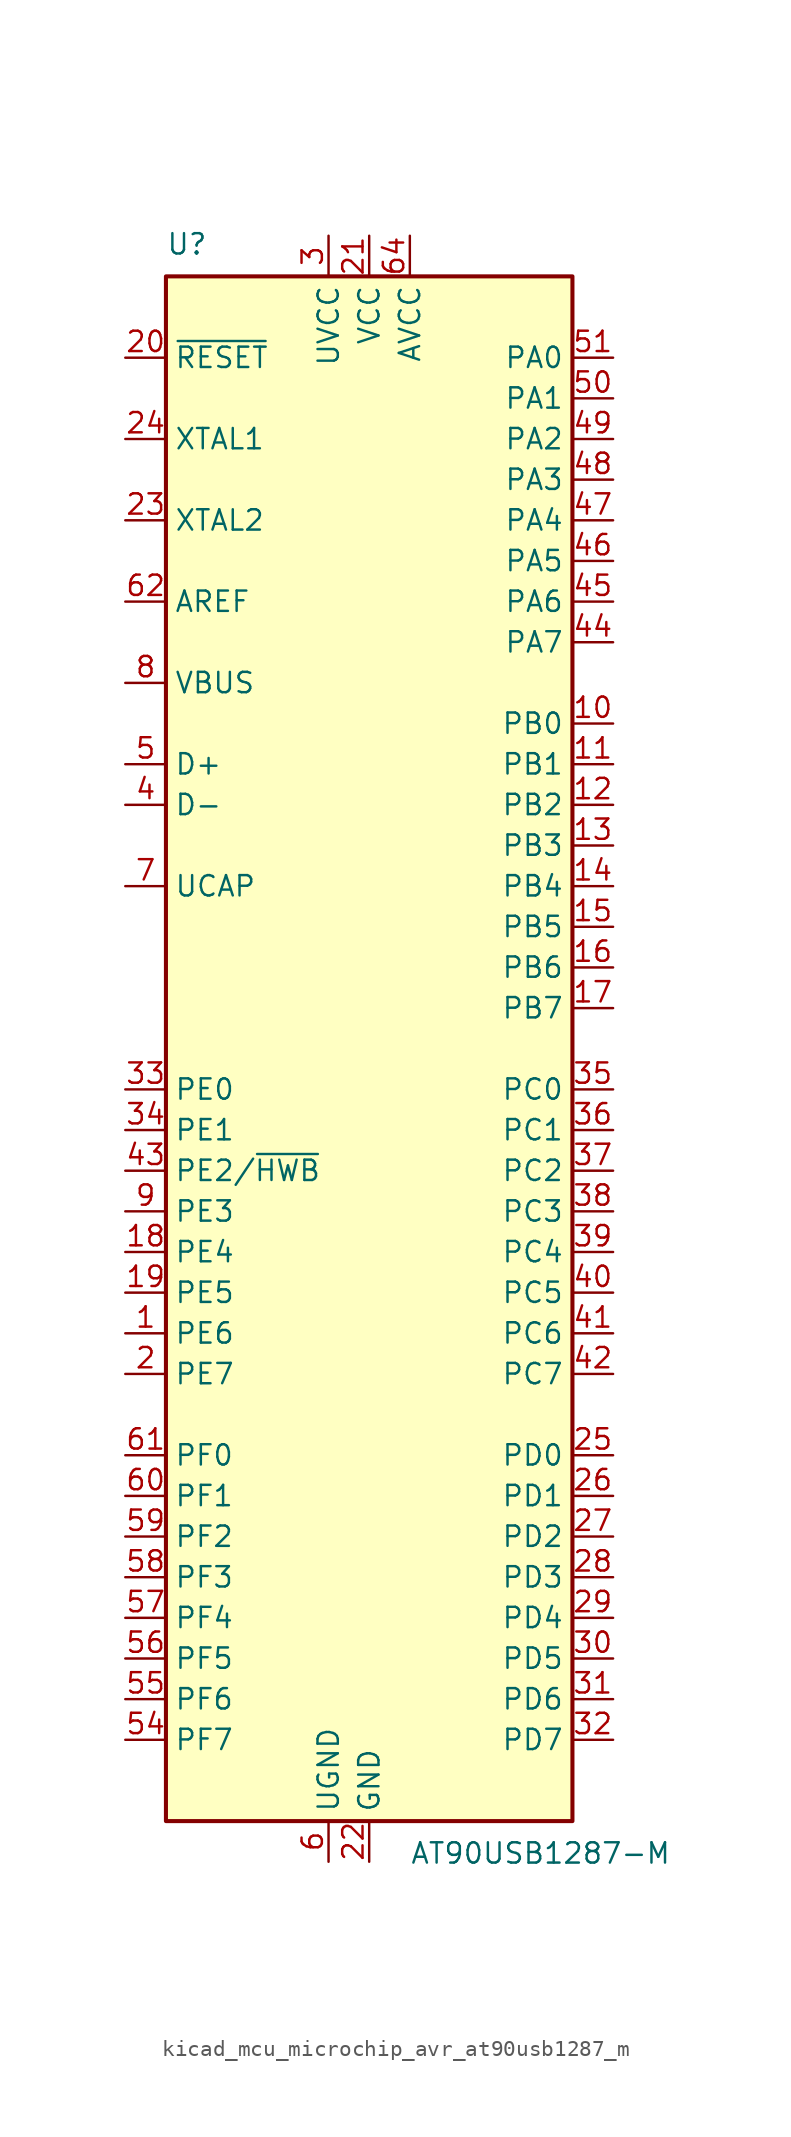
<source format=kicad_sym>
(kicad_symbol_lib
  (version 20220914)
  (generator kicad_symbol_editor)
  (symbol "kicad_mcu_microchip_avr_at90usb1287_m"
    (property "Reference" "U"
      (at -12.7 49.53 0)
      (effects (font (size 1.27 1.27)) (justify left bottom)))
    (property "Value" "AT90USB1287-M"
      (at 2.54 -49.53 0)
      (effects (font (size 1.27 1.27)) (justify left top)))
    (symbol "kicad_mcu_microchip_avr_at90usb1287_m_0_1"
      (rectangle (start -12.7 -48.26) (end 12.7 48.26) (stroke (width 0.254) (type default)) (fill (type background))))
    (symbol "kicad_mcu_microchip_avr_at90usb1287_m_1_1"
      (pin bidirectional line (at -15.24 -17.78 0) (length 2.54) (name "PE6" (effects (font (size 1.27 1.27)))) (number "1" (effects (font (size 1.27 1.27)))))
      (pin bidirectional line (at 15.24 20.32 180) (length 2.54) (name "PB0" (effects (font (size 1.27 1.27)))) (number "10" (effects (font (size 1.27 1.27)))))
      (pin bidirectional line (at 15.24 17.78 180) (length 2.54) (name "PB1" (effects (font (size 1.27 1.27)))) (number "11" (effects (font (size 1.27 1.27)))))
      (pin bidirectional line (at 15.24 15.24 180) (length 2.54) (name "PB2" (effects (font (size 1.27 1.27)))) (number "12" (effects (font (size 1.27 1.27)))))
      (pin bidirectional line (at 15.24 12.7 180) (length 2.54) (name "PB3" (effects (font (size 1.27 1.27)))) (number "13" (effects (font (size 1.27 1.27)))))
      (pin bidirectional line (at 15.24 10.16 180) (length 2.54) (name "PB4" (effects (font (size 1.27 1.27)))) (number "14" (effects (font (size 1.27 1.27)))))
      (pin bidirectional line (at 15.24 7.62 180) (length 2.54) (name "PB5" (effects (font (size 1.27 1.27)))) (number "15" (effects (font (size 1.27 1.27)))))
      (pin bidirectional line (at 15.24 5.08 180) (length 2.54) (name "PB6" (effects (font (size 1.27 1.27)))) (number "16" (effects (font (size 1.27 1.27)))))
      (pin bidirectional line (at 15.24 2.54 180) (length 2.54) (name "PB7" (effects (font (size 1.27 1.27)))) (number "17" (effects (font (size 1.27 1.27)))))
      (pin bidirectional line (at -15.24 -12.7 0) (length 2.54) (name "PE4" (effects (font (size 1.27 1.27)))) (number "18" (effects (font (size 1.27 1.27)))))
      (pin bidirectional line (at -15.24 -15.24 0) (length 2.54) (name "PE5" (effects (font (size 1.27 1.27)))) (number "19" (effects (font (size 1.27 1.27)))))
      (pin bidirectional line (at -15.24 -20.32 0) (length 2.54) (name "PE7" (effects (font (size 1.27 1.27)))) (number "2" (effects (font (size 1.27 1.27)))))
      (pin input line (at -15.24 43.18 0) (length 2.54) (name "~{RESET}" (effects (font (size 1.27 1.27)))) (number "20" (effects (font (size 1.27 1.27)))))
      (pin power_in line (at 0 50.8 270) (length 2.54) (name "VCC" (effects (font (size 1.27 1.27)))) (number "21" (effects (font (size 1.27 1.27)))))
      (pin power_in line (at 0 -50.8 90) (length 2.54) (name "GND" (effects (font (size 1.27 1.27)))) (number "22" (effects (font (size 1.27 1.27)))))
      (pin output line (at -15.24 33.02 0) (length 2.54) (name "XTAL2" (effects (font (size 1.27 1.27)))) (number "23" (effects (font (size 1.27 1.27)))))
      (pin input line (at -15.24 38.1 0) (length 2.54) (name "XTAL1" (effects (font (size 1.27 1.27)))) (number "24" (effects (font (size 1.27 1.27)))))
      (pin bidirectional line (at 15.24 -25.4 180) (length 2.54) (name "PD0" (effects (font (size 1.27 1.27)))) (number "25" (effects (font (size 1.27 1.27)))))
      (pin bidirectional line (at 15.24 -27.94 180) (length 2.54) (name "PD1" (effects (font (size 1.27 1.27)))) (number "26" (effects (font (size 1.27 1.27)))))
      (pin bidirectional line (at 15.24 -30.48 180) (length 2.54) (name "PD2" (effects (font (size 1.27 1.27)))) (number "27" (effects (font (size 1.27 1.27)))))
      (pin bidirectional line (at 15.24 -33.02 180) (length 2.54) (name "PD3" (effects (font (size 1.27 1.27)))) (number "28" (effects (font (size 1.27 1.27)))))
      (pin bidirectional line (at 15.24 -35.56 180) (length 2.54) (name "PD4" (effects (font (size 1.27 1.27)))) (number "29" (effects (font (size 1.27 1.27)))))
      (pin power_in line (at -2.54 50.8 270) (length 2.54) (name "UVCC" (effects (font (size 1.27 1.27)))) (number "3" (effects (font (size 1.27 1.27)))))
      (pin bidirectional line (at 15.24 -38.1 180) (length 2.54) (name "PD5" (effects (font (size 1.27 1.27)))) (number "30" (effects (font (size 1.27 1.27)))))
      (pin bidirectional line (at 15.24 -40.64 180) (length 2.54) (name "PD6" (effects (font (size 1.27 1.27)))) (number "31" (effects (font (size 1.27 1.27)))))
      (pin bidirectional line (at 15.24 -43.18 180) (length 2.54) (name "PD7" (effects (font (size 1.27 1.27)))) (number "32" (effects (font (size 1.27 1.27)))))
      (pin bidirectional line (at -15.24 -2.54 0) (length 2.54) (name "PE0" (effects (font (size 1.27 1.27)))) (number "33" (effects (font (size 1.27 1.27)))))
      (pin bidirectional line (at -15.24 -5.08 0) (length 2.54) (name "PE1" (effects (font (size 1.27 1.27)))) (number "34" (effects (font (size 1.27 1.27)))))
      (pin bidirectional line (at 15.24 -2.54 180) (length 2.54) (name "PC0" (effects (font (size 1.27 1.27)))) (number "35" (effects (font (size 1.27 1.27)))))
      (pin bidirectional line (at 15.24 -5.08 180) (length 2.54) (name "PC1" (effects (font (size 1.27 1.27)))) (number "36" (effects (font (size 1.27 1.27)))))
      (pin bidirectional line (at 15.24 -7.62 180) (length 2.54) (name "PC2" (effects (font (size 1.27 1.27)))) (number "37" (effects (font (size 1.27 1.27)))))
      (pin bidirectional line (at 15.24 -10.16 180) (length 2.54) (name "PC3" (effects (font (size 1.27 1.27)))) (number "38" (effects (font (size 1.27 1.27)))))
      (pin bidirectional line (at 15.24 -12.7 180) (length 2.54) (name "PC4" (effects (font (size 1.27 1.27)))) (number "39" (effects (font (size 1.27 1.27)))))
      (pin bidirectional line (at -15.24 15.24 0) (length 2.54) (name "D-" (effects (font (size 1.27 1.27)))) (number "4" (effects (font (size 1.27 1.27)))))
      (pin bidirectional line (at 15.24 -15.24 180) (length 2.54) (name "PC5" (effects (font (size 1.27 1.27)))) (number "40" (effects (font (size 1.27 1.27)))))
      (pin bidirectional line (at 15.24 -17.78 180) (length 2.54) (name "PC6" (effects (font (size 1.27 1.27)))) (number "41" (effects (font (size 1.27 1.27)))))
      (pin bidirectional line (at 15.24 -20.32 180) (length 2.54) (name "PC7" (effects (font (size 1.27 1.27)))) (number "42" (effects (font (size 1.27 1.27)))))
      (pin bidirectional line (at -15.24 -7.62 0) (length 2.54) (name "PE2/~{HWB}" (effects (font (size 1.27 1.27)))) (number "43" (effects (font (size 1.27 1.27)))))
      (pin bidirectional line (at 15.24 25.4 180) (length 2.54) (name "PA7" (effects (font (size 1.27 1.27)))) (number "44" (effects (font (size 1.27 1.27)))))
      (pin bidirectional line (at 15.24 27.94 180) (length 2.54) (name "PA6" (effects (font (size 1.27 1.27)))) (number "45" (effects (font (size 1.27 1.27)))))
      (pin bidirectional line (at 15.24 30.48 180) (length 2.54) (name "PA5" (effects (font (size 1.27 1.27)))) (number "46" (effects (font (size 1.27 1.27)))))
      (pin bidirectional line (at 15.24 33.02 180) (length 2.54) (name "PA4" (effects (font (size 1.27 1.27)))) (number "47" (effects (font (size 1.27 1.27)))))
      (pin bidirectional line (at 15.24 35.56 180) (length 2.54) (name "PA3" (effects (font (size 1.27 1.27)))) (number "48" (effects (font (size 1.27 1.27)))))
      (pin bidirectional line (at 15.24 38.1 180) (length 2.54) (name "PA2" (effects (font (size 1.27 1.27)))) (number "49" (effects (font (size 1.27 1.27)))))
      (pin bidirectional line (at -15.24 17.78 0) (length 2.54) (name "D+" (effects (font (size 1.27 1.27)))) (number "5" (effects (font (size 1.27 1.27)))))
      (pin bidirectional line (at 15.24 40.64 180) (length 2.54) (name "PA1" (effects (font (size 1.27 1.27)))) (number "50" (effects (font (size 1.27 1.27)))))
      (pin bidirectional line (at 15.24 43.18 180) (length 2.54) (name "PA0" (effects (font (size 1.27 1.27)))) (number "51" (effects (font (size 1.27 1.27)))))
      (pin passive line (at 0 50.8 270) (length 2.54) hide (name "VCC" (effects (font (size 1.27 1.27)))) (number "52" (effects (font (size 1.27 1.27)))))
      (pin passive line (at 0 -50.8 90) (length 2.54) hide (name "GND" (effects (font (size 1.27 1.27)))) (number "53" (effects (font (size 1.27 1.27)))))
      (pin bidirectional line (at -15.24 -43.18 0) (length 2.54) (name "PF7" (effects (font (size 1.27 1.27)))) (number "54" (effects (font (size 1.27 1.27)))))
      (pin bidirectional line (at -15.24 -40.64 0) (length 2.54) (name "PF6" (effects (font (size 1.27 1.27)))) (number "55" (effects (font (size 1.27 1.27)))))
      (pin bidirectional line (at -15.24 -38.1 0) (length 2.54) (name "PF5" (effects (font (size 1.27 1.27)))) (number "56" (effects (font (size 1.27 1.27)))))
      (pin bidirectional line (at -15.24 -35.56 0) (length 2.54) (name "PF4" (effects (font (size 1.27 1.27)))) (number "57" (effects (font (size 1.27 1.27)))))
      (pin bidirectional line (at -15.24 -33.02 0) (length 2.54) (name "PF3" (effects (font (size 1.27 1.27)))) (number "58" (effects (font (size 1.27 1.27)))))
      (pin bidirectional line (at -15.24 -30.48 0) (length 2.54) (name "PF2" (effects (font (size 1.27 1.27)))) (number "59" (effects (font (size 1.27 1.27)))))
      (pin power_in line (at -2.54 -50.8 90) (length 2.54) (name "UGND" (effects (font (size 1.27 1.27)))) (number "6" (effects (font (size 1.27 1.27)))))
      (pin bidirectional line (at -15.24 -27.94 0) (length 2.54) (name "PF1" (effects (font (size 1.27 1.27)))) (number "60" (effects (font (size 1.27 1.27)))))
      (pin bidirectional line (at -15.24 -25.4 0) (length 2.54) (name "PF0" (effects (font (size 1.27 1.27)))) (number "61" (effects (font (size 1.27 1.27)))))
      (pin passive line (at -15.24 27.94 0) (length 2.54) (name "AREF" (effects (font (size 1.27 1.27)))) (number "62" (effects (font (size 1.27 1.27)))))
      (pin passive line (at 0 -50.8 90) (length 2.54) hide (name "GND" (effects (font (size 1.27 1.27)))) (number "63" (effects (font (size 1.27 1.27)))))
      (pin power_in line (at 2.54 50.8 270) (length 2.54) (name "AVCC" (effects (font (size 1.27 1.27)))) (number "64" (effects (font (size 1.27 1.27)))))
      (pin passive line (at 0 -50.8 90) (length 2.54) hide (name "GND" (effects (font (size 1.27 1.27)))) (number "65" (effects (font (size 1.27 1.27)))))
      (pin passive line (at -15.24 10.16 0) (length 2.54) (name "UCAP" (effects (font (size 1.27 1.27)))) (number "7" (effects (font (size 1.27 1.27)))))
      (pin input line (at -15.24 22.86 0) (length 2.54) (name "VBUS" (effects (font (size 1.27 1.27)))) (number "8" (effects (font (size 1.27 1.27)))))
      (pin bidirectional line (at -15.24 -10.16 0) (length 2.54) (name "PE3" (effects (font (size 1.27 1.27)))) (number "9" (effects (font (size 1.27 1.27))))))))
</source>
